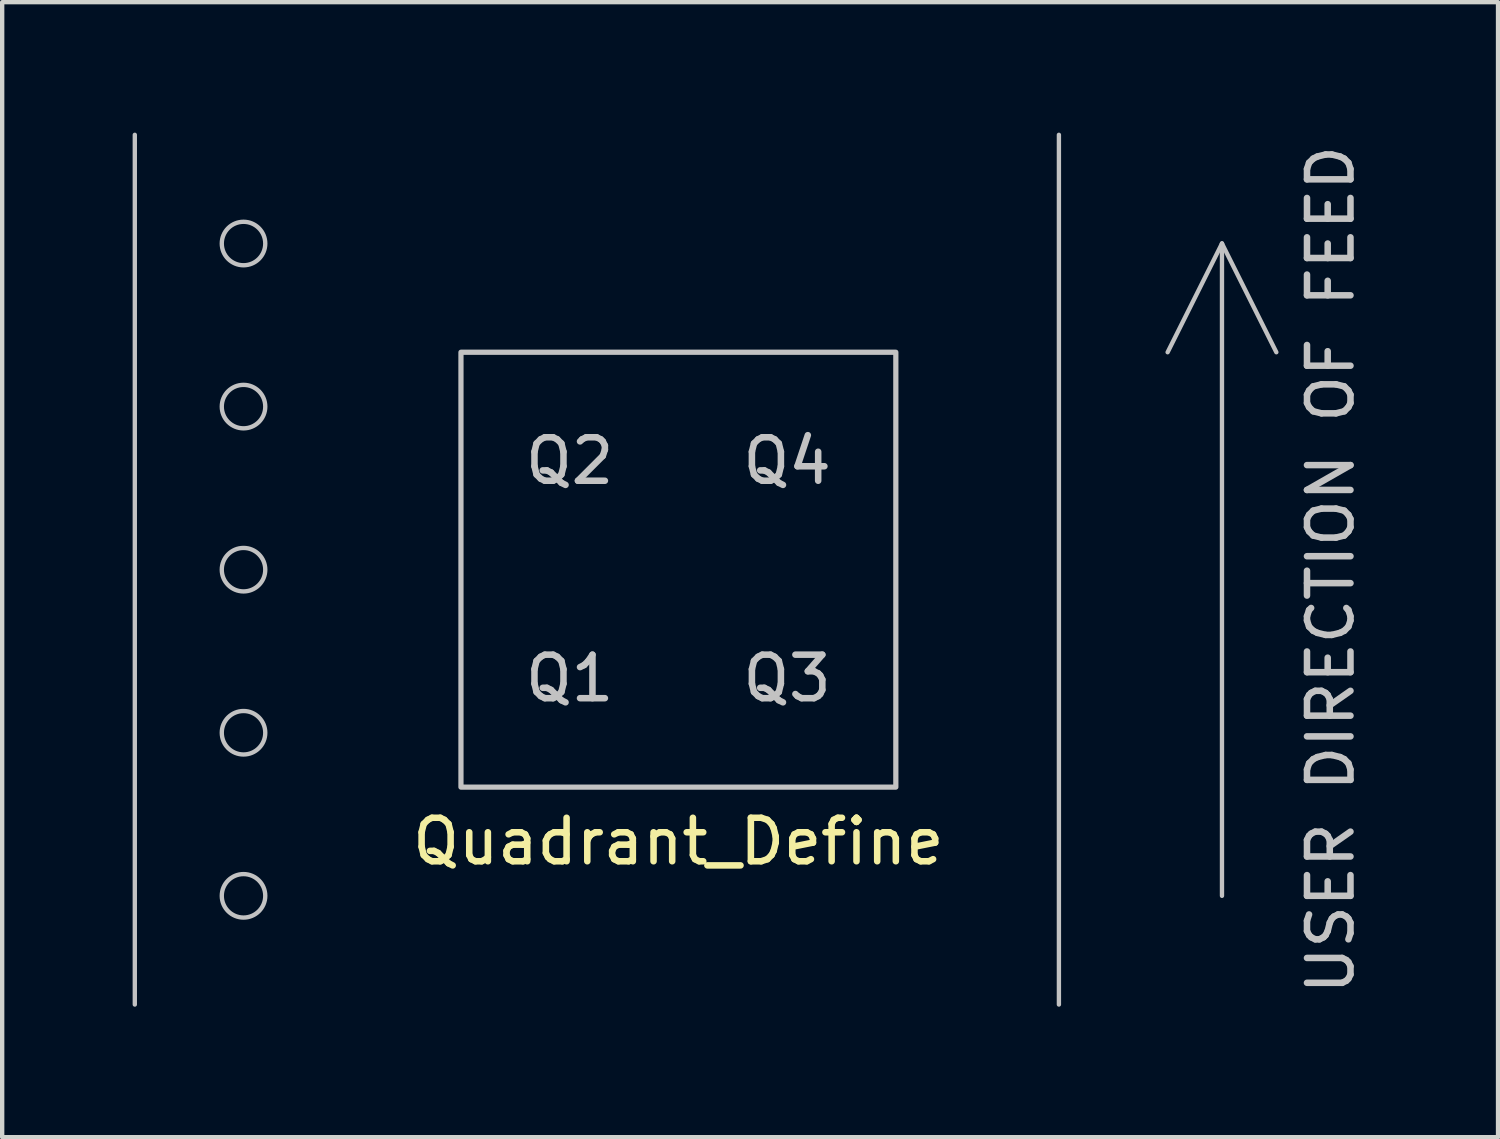
<source format=kicad_pcb>
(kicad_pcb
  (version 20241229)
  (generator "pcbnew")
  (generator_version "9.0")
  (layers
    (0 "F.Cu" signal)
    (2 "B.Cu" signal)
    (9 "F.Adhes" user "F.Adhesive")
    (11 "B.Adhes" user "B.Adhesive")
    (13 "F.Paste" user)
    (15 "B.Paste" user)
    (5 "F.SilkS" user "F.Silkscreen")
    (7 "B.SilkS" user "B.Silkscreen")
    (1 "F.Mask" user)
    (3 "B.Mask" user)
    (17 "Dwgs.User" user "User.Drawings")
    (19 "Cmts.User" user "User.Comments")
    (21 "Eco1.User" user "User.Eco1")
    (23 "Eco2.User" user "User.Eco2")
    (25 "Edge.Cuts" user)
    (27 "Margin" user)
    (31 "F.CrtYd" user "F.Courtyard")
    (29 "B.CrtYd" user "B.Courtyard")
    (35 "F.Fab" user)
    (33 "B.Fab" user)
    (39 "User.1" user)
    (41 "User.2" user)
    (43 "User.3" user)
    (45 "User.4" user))
  (footprint "Quadrant_Define"
    (layer "F.Cu")
    (at 12.55 10.05)
    (property "Reference" "Quadrant_Define" (at 0 6.25 0) (unlocked yes) (layer "F.SilkS") (effects (font (size 1 1) (thickness 0.15))))
    (attr smd)
    (fp_line (start -12.5 -10) (end -12.5 10) (stroke (width 0.1) (type solid)) (layer "Dwgs.User"))
    (fp_line (start 8.75 -10) (end 8.75 10) (stroke (width 0.1) (type solid)) (layer "Dwgs.User"))
    (fp_line (start 12.5 -7.5) (end 11.25 -5) (stroke (width 0.1) (type solid)) (layer "Dwgs.User"))
    (fp_line (start 12.5 -7.5) (end 13.75 -5) (stroke (width 0.1) (type solid)) (layer "Dwgs.User"))
    (fp_line (start 12.5 7.5) (end 12.5 -7.5) (stroke (width 0.1) (type solid)) (layer "Dwgs.User"))
    (fp_rect (start -5 -5) (end 5 5) (stroke (width 0.12) (type solid)) (fill no) (layer "Dwgs.User"))
    (fp_circle (center -10 -7.5) (end -9.5 -7.5) (stroke (width 0.1) (type solid)) (fill no) (layer "Dwgs.User"))
    (fp_circle (center -10 -3.75) (end -9.5 -3.75) (stroke (width 0.1) (type solid)) (fill no) (layer "Dwgs.User"))
    (fp_circle (center -10 0) (end -9.5 0) (stroke (width 0.1) (type solid)) (fill no) (layer "Dwgs.User"))
    (fp_circle (center -10 3.75) (end -9.5 3.75) (stroke (width 0.1) (type solid)) (fill no) (layer "Dwgs.User"))
    (fp_circle (center -10 7.5) (end -9.5 7.5) (stroke (width 0.1) (type solid)) (fill no) (layer "Dwgs.User"))
    (fp_text user "Q3" (at 2.5 2.5 0) (unlocked yes) (layer "Dwgs.User") (effects (font (size 1 1) (thickness 0.15))))
    (fp_text user "Q4" (at 2.5 -2.5 0) (unlocked yes) (layer "Dwgs.User") (effects (font (size 1 1) (thickness 0.15))))
    (fp_text user "Q2" (at -2.5 -2.5 0) (unlocked yes) (layer "Dwgs.User") (effects (font (size 1 1) (thickness 0.15))))
    (fp_text user "Q1" (at -2.5 2.5 0) (unlocked yes) (layer "Dwgs.User") (effects (font (size 1 1) (thickness 0.15))))
    (fp_text user "USER DIRECTION OF FEED" (at 15 0 90) (unlocked yes) (layer "Dwgs.User") (effects (font (size 1 1) (thickness 0.15)))))
  (gr_rect
    (start -3 -3)
    (end 31.398 23.1)
    (stroke (width 0.1) (type default))
    (fill no)
    (layer "Edge.Cuts")))
</source>
